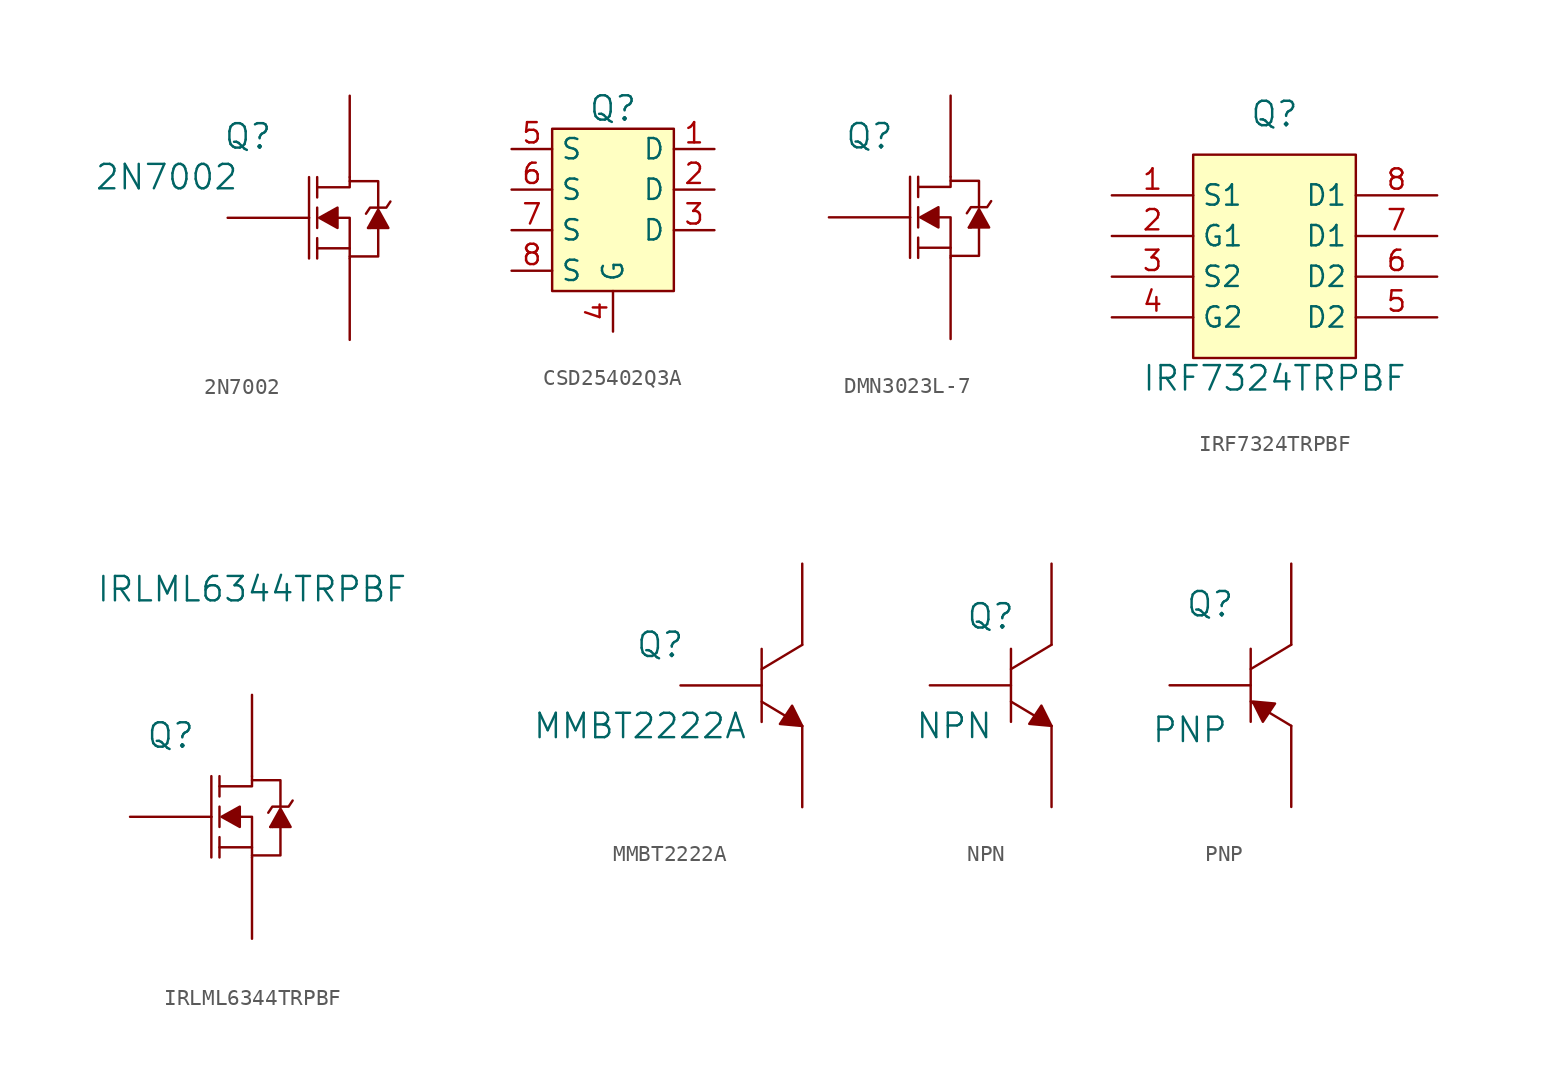
<source format=kicad_sym>
(kicad_symbol_lib
  (version 20231120)
  (generator "kicad_symbol_editor")
  (generator_version "8.0")
  (symbol "2N7002"
    (pin_numbers hide)
    (pin_names
      (offset 0) hide)
    (property "Reference" "Q"
      (at -3.81 5.08 0)
      (effects (font (size 1.524 1.524))))
    (property "Value" "2N7002"
      (at -8.89 2.54 0)
      (effects (font (size 1.524 1.524))))
    (symbol "2N7002_0_1"
      (polyline (pts (xy 0 0) (xy 0 -2.54)) (stroke (width 0) (type default)) (fill (type none)))
      (polyline (pts (xy 0 0) (xy 0 2.54)) (stroke (width 0) (type default)) (fill (type none)))
      (polyline (pts (xy 0.508 -1.27) (xy 0.508 -2.54)) (stroke (width 0) (type default)) (fill (type none)))
      (polyline (pts (xy 0.508 -0.635) (xy 0.508 0.635)) (stroke (width 0) (type default)) (fill (type none)))
      (polyline (pts (xy 0.508 1.27) (xy 0.508 2.54)) (stroke (width 0) (type default)) (fill (type none)))
      (polyline (pts (xy 2.54 -2.54) (xy 2.54 -1.905)) (stroke (width 0) (type default)) (fill (type none)))
      (polyline (pts (xy 3.81 -0.635) (xy 3.683 -0.635)) (stroke (width 0) (type default)) (fill (type none)))
      (polyline (pts (xy 0.508 1.905) (xy 2.54 1.905) (xy 2.54 2.54)) (stroke (width 0) (type default)) (fill (type none)))
      (polyline (pts (xy 4.318 -0.635) (xy 4.318 -2.413) (xy 2.54 -2.413)) (stroke (width 0) (type default)) (fill (type none)))
      (polyline (pts (xy 4.318 0.635) (xy 4.318 2.286) (xy 2.54 2.286)) (stroke (width 0) (type default)) (fill (type none)))
      (polyline (pts (xy 0.508 -1.905) (xy 2.54 -1.905) (xy 2.54 0) (xy 1.778 0)) (stroke (width 0) (type default)) (fill (type none)))
      (polyline (pts (xy 0.635 0) (xy 1.778 0.635) (xy 1.778 -0.635) (xy 0.635 0)) (stroke (width 0) (type default)) (fill (type outline)))
      (polyline (pts (xy 3.556 0.254) (xy 3.81 0.635) (xy 4.826 0.635) (xy 5.08 1.016)) (stroke (width 0) (type default)) (fill (type none)))
      (polyline (pts (xy 3.683 -0.635) (xy 4.318 0.508) (xy 4.953 -0.635) (xy 3.81 -0.635)) (stroke (width 0) (type default)) (fill (type outline))))
    (symbol "2N7002_1_1"
      (pin input line (at -5.08 0 0) (length 5.08) (name "G" (effects (font (size 1.27 1.27)))) (number "1" (effects (font (size 1.27 1.27)))))
      (pin input line (at 2.54 -7.62 90) (length 5.08) (name "S" (effects (font (size 1.27 1.27)))) (number "2" (effects (font (size 1.27 1.27)))))
      (pin input line (at 2.54 7.62 270) (length 5.08) (name "D" (effects (font (size 1.27 1.27)))) (number "3" (effects (font (size 1.27 1.27)))))))
  (symbol "CSD25402Q3A"
    (property "Reference" "Q"
      (at 0 6.35 0)
      (effects (font (size 1.524 1.524))))
    (symbol "CSD25402Q3A_0_1"
      (rectangle (start -3.81 5.08) (end 3.81 -5.08) (stroke (width 0) (type default)) (fill (type background))))
    (symbol "CSD25402Q3A_1_1"
      (pin input line (at 6.35 3.81 180) (length 2.54) (name "D" (effects (font (size 1.27 1.27)))) (number "1" (effects (font (size 1.27 1.27)))))
      (pin input line (at 6.35 1.27 180) (length 2.54) (name "D" (effects (font (size 1.27 1.27)))) (number "2" (effects (font (size 1.27 1.27)))))
      (pin input line (at 6.35 -1.27 180) (length 2.54) (name "D" (effects (font (size 1.27 1.27)))) (number "3" (effects (font (size 1.27 1.27)))))
      (pin input line (at 0 -7.62 90) (length 2.54) (name "G" (effects (font (size 1.27 1.27)))) (number "4" (effects (font (size 1.27 1.27)))))
      (pin output line (at -6.35 3.81 0) (length 2.54) (name "S" (effects (font (size 1.27 1.27)))) (number "5" (effects (font (size 1.27 1.27)))))
      (pin output line (at -6.35 1.27 0) (length 2.54) (name "S" (effects (font (size 1.27 1.27)))) (number "6" (effects (font (size 1.27 1.27)))))
      (pin output line (at -6.35 -1.27 0) (length 2.54) (name "S" (effects (font (size 1.27 1.27)))) (number "7" (effects (font (size 1.27 1.27)))))
      (pin output line (at -6.35 -3.81 0) (length 2.54) (name "S" (effects (font (size 1.27 1.27)))) (number "8" (effects (font (size 1.27 1.27)))))))
  (symbol "DMN3023L-7"
    (pin_numbers hide)
    (pin_names
      (offset 0) hide)
    (property "Reference" "Q"
      (at -2.54 5.08 0)
      (effects (font (size 1.524 1.524))))
    (symbol "DMN3023L-7_0_1"
      (polyline (pts (xy 0 0) (xy 0 -2.54)) (stroke (width 0) (type default)) (fill (type none)))
      (polyline (pts (xy 0 0) (xy 0 2.54)) (stroke (width 0) (type default)) (fill (type none)))
      (polyline (pts (xy 0.508 -1.27) (xy 0.508 -2.54)) (stroke (width 0) (type default)) (fill (type none)))
      (polyline (pts (xy 0.508 -0.635) (xy 0.508 0.635)) (stroke (width 0) (type default)) (fill (type none)))
      (polyline (pts (xy 0.508 1.27) (xy 0.508 2.54)) (stroke (width 0) (type default)) (fill (type none)))
      (polyline (pts (xy 2.54 -2.54) (xy 2.54 -1.905)) (stroke (width 0) (type default)) (fill (type none)))
      (polyline (pts (xy 3.81 -0.635) (xy 3.683 -0.635)) (stroke (width 0) (type default)) (fill (type none)))
      (polyline (pts (xy 0.508 1.905) (xy 2.54 1.905) (xy 2.54 2.54)) (stroke (width 0) (type default)) (fill (type none)))
      (polyline (pts (xy 4.318 -0.635) (xy 4.318 -2.413) (xy 2.54 -2.413)) (stroke (width 0) (type default)) (fill (type none)))
      (polyline (pts (xy 4.318 0.635) (xy 4.318 2.286) (xy 2.54 2.286)) (stroke (width 0) (type default)) (fill (type none)))
      (polyline (pts (xy 0.508 -1.905) (xy 2.54 -1.905) (xy 2.54 0) (xy 1.778 0)) (stroke (width 0) (type default)) (fill (type none)))
      (polyline (pts (xy 0.635 0) (xy 1.778 0.635) (xy 1.778 -0.635) (xy 0.635 0)) (stroke (width 0) (type default)) (fill (type outline)))
      (polyline (pts (xy 3.556 0.254) (xy 3.81 0.635) (xy 4.826 0.635) (xy 5.08 1.016)) (stroke (width 0) (type default)) (fill (type none)))
      (polyline (pts (xy 3.683 -0.635) (xy 4.318 0.508) (xy 4.953 -0.635) (xy 3.81 -0.635)) (stroke (width 0) (type default)) (fill (type outline))))
    (symbol "DMN3023L-7_1_1"
      (pin input line (at -5.08 0 0) (length 5.08) (name "G" (effects (font (size 1.27 1.27)))) (number "1" (effects (font (size 1.27 1.27)))))
      (pin input line (at 2.54 -7.62 90) (length 5.08) (name "S" (effects (font (size 1.27 1.27)))) (number "2" (effects (font (size 1.27 1.27)))))
      (pin input line (at 2.54 7.62 270) (length 5.08) (name "D" (effects (font (size 1.27 1.27)))) (number "3" (effects (font (size 1.27 1.27)))))))
  (symbol "IRF7324TRPBF"
    (property "Reference" "Q"
      (at 0 8.89 0)
      (effects (font (size 1.524 1.524))))
    (property "Value" "IRF7324TRPBF"
      (at 0 -7.62 0)
      (effects (font (size 1.524 1.524))))
    (symbol "IRF7324TRPBF_0_1"
      (rectangle (start -5.08 6.35) (end 5.08 -6.35) (stroke (width 0) (type default)) (fill (type background))))
    (symbol "IRF7324TRPBF_1_1"
      (pin passive line (at -10.16 3.81 0) (length 5.08) (name "S1" (effects (font (size 1.27 1.27)))) (number "1" (effects (font (size 1.27 1.27)))))
      (pin passive line (at -10.16 1.27 0) (length 5.08) (name "G1" (effects (font (size 1.27 1.27)))) (number "2" (effects (font (size 1.27 1.27)))))
      (pin passive line (at -10.16 -1.27 0) (length 5.08) (name "S2" (effects (font (size 1.27 1.27)))) (number "3" (effects (font (size 1.27 1.27)))))
      (pin passive line (at -10.16 -3.81 0) (length 5.08) (name "G2" (effects (font (size 1.27 1.27)))) (number "4" (effects (font (size 1.27 1.27)))))
      (pin input line (at 10.16 -3.81 180) (length 5.08) (name "D2" (effects (font (size 1.27 1.27)))) (number "5" (effects (font (size 1.27 1.27)))))
      (pin input line (at 10.16 -1.27 180) (length 5.08) (name "D2" (effects (font (size 1.27 1.27)))) (number "6" (effects (font (size 1.27 1.27)))))
      (pin input line (at 10.16 1.27 180) (length 5.08) (name "D1" (effects (font (size 1.27 1.27)))) (number "7" (effects (font (size 1.27 1.27)))))
      (pin input line (at 10.16 3.81 180) (length 5.08) (name "D1" (effects (font (size 1.27 1.27)))) (number "8" (effects (font (size 1.27 1.27)))))))
  (symbol "IRLML6344TRPBF"
    (pin_numbers hide)
    (pin_names
      (offset 0) hide)
    (property "Reference" "Q"
      (at -2.54 5.08 0)
      (effects (font (size 1.524 1.524))))
    (property "Value" "IRLML6344TRPBF"
      (at 2.54 14.224 0)
      (effects (font (size 1.524 1.524))))
    (symbol "IRLML6344TRPBF_0_1"
      (polyline (pts (xy 0 0) (xy 0 -2.54)) (stroke (width 0) (type default)) (fill (type none)))
      (polyline (pts (xy 0 0) (xy 0 2.54)) (stroke (width 0) (type default)) (fill (type none)))
      (polyline (pts (xy 0.508 -1.27) (xy 0.508 -2.54)) (stroke (width 0) (type default)) (fill (type none)))
      (polyline (pts (xy 0.508 -0.635) (xy 0.508 0.635)) (stroke (width 0) (type default)) (fill (type none)))
      (polyline (pts (xy 0.508 1.27) (xy 0.508 2.54)) (stroke (width 0) (type default)) (fill (type none)))
      (polyline (pts (xy 2.54 -2.54) (xy 2.54 -1.905)) (stroke (width 0) (type default)) (fill (type none)))
      (polyline (pts (xy 3.81 -0.635) (xy 3.683 -0.635)) (stroke (width 0) (type default)) (fill (type none)))
      (polyline (pts (xy 0.508 1.905) (xy 2.54 1.905) (xy 2.54 2.54)) (stroke (width 0) (type default)) (fill (type none)))
      (polyline (pts (xy 4.318 -0.635) (xy 4.318 -2.413) (xy 2.54 -2.413)) (stroke (width 0) (type default)) (fill (type none)))
      (polyline (pts (xy 4.318 0.635) (xy 4.318 2.286) (xy 2.54 2.286)) (stroke (width 0) (type default)) (fill (type none)))
      (polyline (pts (xy 0.508 -1.905) (xy 2.54 -1.905) (xy 2.54 0) (xy 1.778 0)) (stroke (width 0) (type default)) (fill (type none)))
      (polyline (pts (xy 0.635 0) (xy 1.778 0.635) (xy 1.778 -0.635) (xy 0.635 0)) (stroke (width 0) (type default)) (fill (type outline)))
      (polyline (pts (xy 3.556 0.254) (xy 3.81 0.635) (xy 4.826 0.635) (xy 5.08 1.016)) (stroke (width 0) (type default)) (fill (type none)))
      (polyline (pts (xy 3.683 -0.635) (xy 4.318 0.508) (xy 4.953 -0.635) (xy 3.81 -0.635)) (stroke (width 0) (type default)) (fill (type outline))))
    (symbol "IRLML6344TRPBF_1_1"
      (pin passive line (at -5.08 0 0) (length 5.08) (name "G" (effects (font (size 1.27 1.27)))) (number "1" (effects (font (size 1.27 1.27)))))
      (pin passive line (at 2.54 -7.62 90) (length 5.08) (name "S" (effects (font (size 1.27 1.27)))) (number "2" (effects (font (size 1.27 1.27)))))
      (pin passive line (at 2.54 7.62 270) (length 5.08) (name "D" (effects (font (size 1.27 1.27)))) (number "3" (effects (font (size 1.27 1.27)))))))
  (symbol "MMBT2222A"
    (pin_numbers hide)
    (pin_names
      (offset 0) hide)
    (property "Reference" "Q"
      (at -6.35 2.54 0)
      (effects (font (size 1.524 1.524))))
    (property "Value" "MMBT2222A"
      (at -7.62 -2.54 0)
      (effects (font (size 1.524 1.524))))
    (symbol "MMBT2222A_0_1"
      (polyline (pts (xy 0 2.286) (xy 0 -2.286)) (stroke (width 0) (type default)) (fill (type none)))
      (polyline (pts (xy 2.54 -2.54) (xy 0 -1.016)) (stroke (width 0) (type default)) (fill (type none)))
      (polyline (pts (xy 2.54 2.54) (xy 0 1.016)) (stroke (width 0) (type default)) (fill (type none)))
      (polyline (pts (xy 2.54 -2.54) (xy 1.905 -1.27) (xy 1.143 -2.413) (xy 2.54 -2.54)) (stroke (width 0) (type default)) (fill (type outline))))
    (symbol "MMBT2222A_1_1"
      (pin input line (at -5.08 0 0) (length 5.08) (name "B" (effects (font (size 1.27 1.27)))) (number "1" (effects (font (size 1.27 1.27)))))
      (pin input line (at 2.54 -7.62 90) (length 5.08) (name "E" (effects (font (size 1.27 1.27)))) (number "2" (effects (font (size 1.27 1.27)))))
      (pin input line (at 2.54 7.62 270) (length 5.08) (name "C" (effects (font (size 1.27 1.27)))) (number "3" (effects (font (size 1.27 1.27)))))))
  (symbol "NPN"
    (pin_numbers hide)
    (pin_names
      (offset 0) hide)
    (property "Reference" "Q"
      (at -1.27 4.318 0)
      (effects (font (size 1.524 1.524))))
    (property "Value" "NPN"
      (at -3.556 -2.54 0)
      (effects (font (size 1.524 1.524))))
    (symbol "NPN_0_1"
      (polyline (pts (xy 0 2.286) (xy 0 -2.286)) (stroke (width 0) (type default)) (fill (type none)))
      (polyline (pts (xy 2.54 -2.54) (xy 0 -1.016)) (stroke (width 0) (type default)) (fill (type none)))
      (polyline (pts (xy 2.54 2.54) (xy 0 1.016)) (stroke (width 0) (type default)) (fill (type none)))
      (polyline (pts (xy 2.54 -2.54) (xy 1.905 -1.27) (xy 1.143 -2.413) (xy 2.54 -2.54)) (stroke (width 0) (type default)) (fill (type outline))))
    (symbol "NPN_1_1"
      (pin input line (at -5.08 0 0) (length 5.08) (name "B" (effects (font (size 1.27 1.27)))) (number "~" (effects (font (size 1.27 1.27)))))
      (pin input line (at 2.54 7.62 270) (length 5.08) (name "C" (effects (font (size 1.27 1.27)))) (number "~" (effects (font (size 1.27 1.27)))))
      (pin input line (at 2.54 -7.62 90) (length 5.08) (name "E" (effects (font (size 1.27 1.27)))) (number "~" (effects (font (size 1.27 1.27)))))))
  (symbol "PNP"
    (pin_numbers hide)
    (pin_names
      (offset 0) hide)
    (property "Reference" "Q"
      (at -2.54 5.08 0)
      (effects (font (size 1.524 1.524))))
    (property "Value" "PNP"
      (at -3.81 -2.794 0)
      (effects (font (size 1.524 1.524))))
    (symbol "PNP_0_1"
      (polyline (pts (xy 0 -2.286) (xy 0 2.286)) (stroke (width 0) (type default)) (fill (type none)))
      (polyline (pts (xy 2.54 -2.54) (xy 0 -1.016)) (stroke (width 0) (type default)) (fill (type none)))
      (polyline (pts (xy 2.54 2.54) (xy 0 1.016)) (stroke (width 0) (type default)) (fill (type none)))
      (polyline (pts (xy 0.127 -1.016) (xy 0.762 -2.286) (xy 1.524 -1.143) (xy 0.127 -1.016)) (stroke (width 0) (type default)) (fill (type outline))))
    (symbol "PNP_1_1"
      (pin input line (at -5.08 0 0) (length 5.08) (name "B" (effects (font (size 1.27 1.27)))) (number "~" (effects (font (size 1.27 1.27)))))
      (pin input line (at 2.54 7.62 270) (length 5.08) (name "C" (effects (font (size 1.27 1.27)))) (number "~" (effects (font (size 1.27 1.27)))))
      (pin input line (at 2.54 -7.62 90) (length 5.08) (name "E" (effects (font (size 1.27 1.27)))) (number "~" (effects (font (size 1.27 1.27))))))))
</source>
